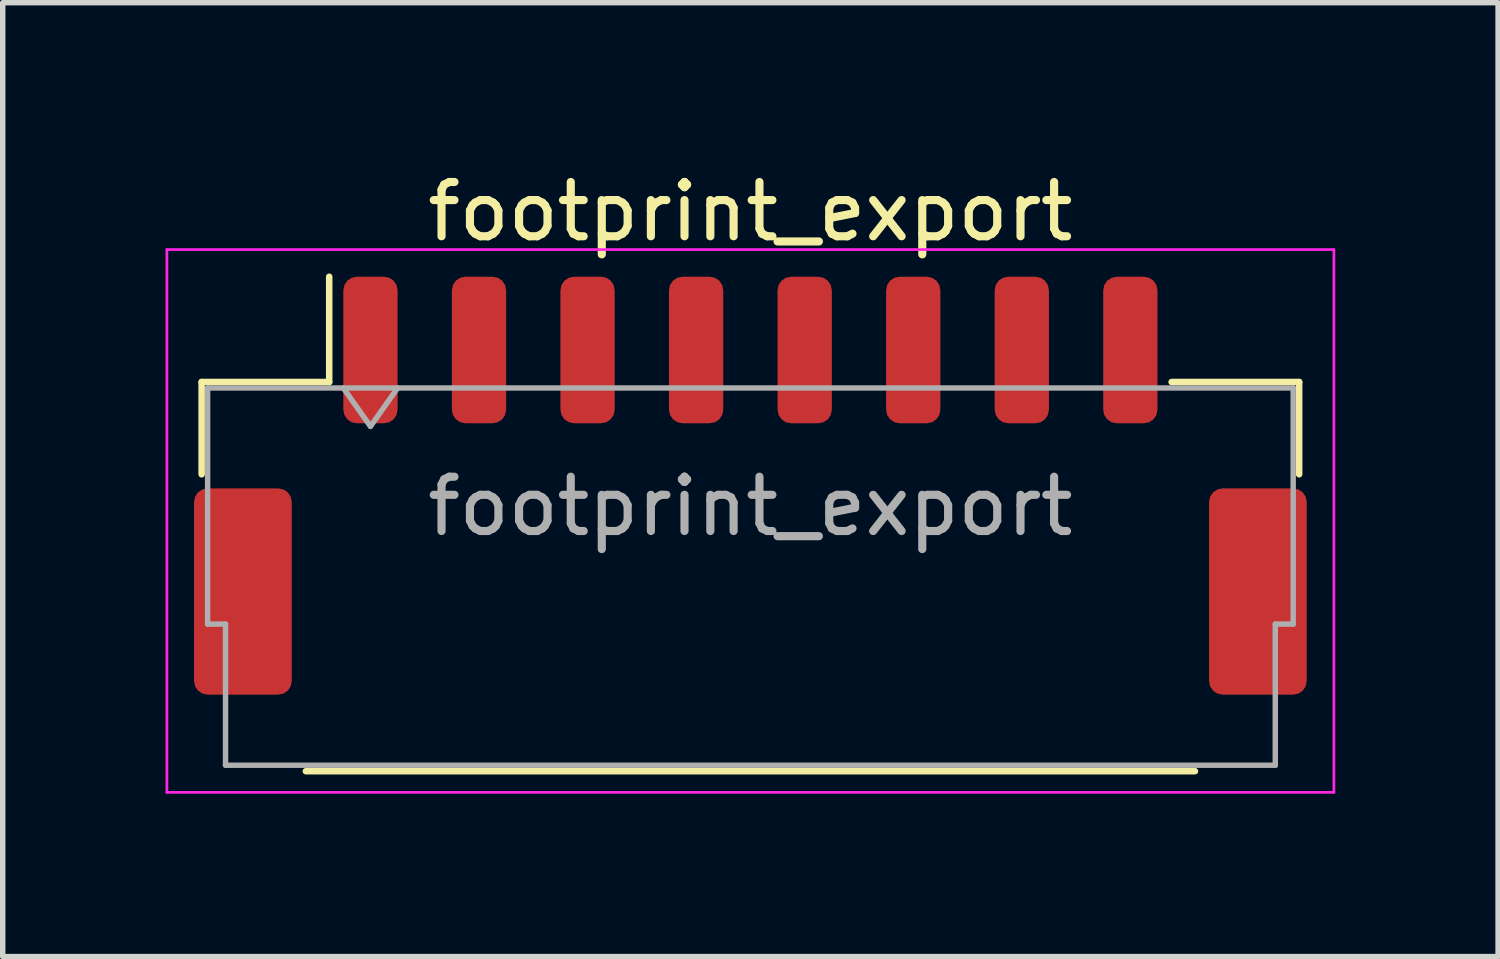
<source format=kicad_pcb>
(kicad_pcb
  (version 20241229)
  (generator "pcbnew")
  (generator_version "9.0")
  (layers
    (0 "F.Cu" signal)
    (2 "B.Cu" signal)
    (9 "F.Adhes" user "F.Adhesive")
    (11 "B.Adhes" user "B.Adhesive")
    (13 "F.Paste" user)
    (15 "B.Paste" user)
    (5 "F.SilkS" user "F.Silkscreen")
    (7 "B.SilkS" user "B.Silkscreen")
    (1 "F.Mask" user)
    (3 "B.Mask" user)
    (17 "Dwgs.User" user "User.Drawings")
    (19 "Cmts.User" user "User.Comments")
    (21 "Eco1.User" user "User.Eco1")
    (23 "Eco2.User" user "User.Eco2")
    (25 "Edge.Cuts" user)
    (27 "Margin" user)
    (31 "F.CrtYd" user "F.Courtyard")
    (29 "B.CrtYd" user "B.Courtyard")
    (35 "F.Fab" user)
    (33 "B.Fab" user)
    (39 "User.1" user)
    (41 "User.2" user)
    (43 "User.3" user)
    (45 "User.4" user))
  (footprint "footprint_export"
    (layer "F.Cu")
    (at 10.775 5.898)
    (property "Reference" "footprint_export" (at 0 -5.05 0) (layer "F.SilkS") (effects (font (size 1 1) (thickness 0.15))))
    (attr smd)
    (fp_line (start -10.11 -1.91) (end -7.76 -1.91) (stroke (width 0.12) (type solid)) (layer "F.SilkS"))
    (fp_line (start -10.11 -0.21) (end -10.11 -1.91) (stroke (width 0.12) (type solid)) (layer "F.SilkS"))
    (fp_line (start -8.19 5.26) (end 8.19 5.26) (stroke (width 0.12) (type solid)) (layer "F.SilkS"))
    (fp_line (start -7.76 -1.91) (end -7.76 -3.85) (stroke (width 0.12) (type solid)) (layer "F.SilkS"))
    (fp_line (start 10.11 -1.91) (end 7.76 -1.91) (stroke (width 0.12) (type solid)) (layer "F.SilkS"))
    (fp_line (start 10.11 -0.21) (end 10.11 -1.91) (stroke (width 0.12) (type solid)) (layer "F.SilkS"))
    (fp_line (start -10.75 -4.35) (end -10.75 5.65) (stroke (width 0.05) (type solid)) (layer "F.CrtYd"))
    (fp_line (start -10.75 5.65) (end 10.75 5.65) (stroke (width 0.05) (type solid)) (layer "F.CrtYd"))
    (fp_line (start 10.75 -4.35) (end -10.75 -4.35) (stroke (width 0.05) (type solid)) (layer "F.CrtYd"))
    (fp_line (start 10.75 5.65) (end 10.75 -4.35) (stroke (width 0.05) (type solid)) (layer "F.CrtYd"))
    (fp_line (start -10 -1.8) (end -10 2.55) (stroke (width 0.1) (type solid)) (layer "F.Fab"))
    (fp_line (start -10 -1.8) (end 10 -1.8) (stroke (width 0.1) (type solid)) (layer "F.Fab"))
    (fp_line (start -10 2.55) (end -9.67 2.55) (stroke (width 0.1) (type solid)) (layer "F.Fab"))
    (fp_line (start -9.67 2.55) (end -9.67 5.15) (stroke (width 0.1) (type solid)) (layer "F.Fab"))
    (fp_line (start -9.67 5.15) (end 9.67 5.15) (stroke (width 0.1) (type solid)) (layer "F.Fab"))
    (fp_line (start -7.5 -1.8) (end -7 -1.093) (stroke (width 0.1) (type solid)) (layer "F.Fab"))
    (fp_line (start -7 -1.093) (end -6.5 -1.8) (stroke (width 0.1) (type solid)) (layer "F.Fab"))
    (fp_line (start 9.67 2.55) (end 10 2.55) (stroke (width 0.1) (type solid)) (layer "F.Fab"))
    (fp_line (start 9.67 5.15) (end 9.67 2.55) (stroke (width 0.1) (type solid)) (layer "F.Fab"))
    (fp_line (start 10 -1.8) (end 10 2.55) (stroke (width 0.1) (type solid)) (layer "F.Fab"))
    (fp_text user "${REFERENCE}" (at 0 0.38 0) (layer "F.Fab") (effects (font (size 1 1) (thickness 0.15))))
    (pad "1" smd roundrect (at -7 -2.5) (size 1 2.7) (layers "F.Cu" "F.Mask" "F.Paste") (roundrect_rratio 0.25))
    (pad "2" smd roundrect (at -5 -2.5) (size 1 2.7) (layers "F.Cu" "F.Mask" "F.Paste") (roundrect_rratio 0.25))
    (pad "3" smd roundrect (at -3 -2.5) (size 1 2.7) (layers "F.Cu" "F.Mask" "F.Paste") (roundrect_rratio 0.25))
    (pad "4" smd roundrect (at -1 -2.5) (size 1 2.7) (layers "F.Cu" "F.Mask" "F.Paste") (roundrect_rratio 0.25))
    (pad "5" smd roundrect (at 1 -2.5) (size 1 2.7) (layers "F.Cu" "F.Mask" "F.Paste") (roundrect_rratio 0.25))
    (pad "6" smd roundrect (at 3 -2.5) (size 1 2.7) (layers "F.Cu" "F.Mask" "F.Paste") (roundrect_rratio 0.25))
    (pad "7" smd roundrect (at 5 -2.5) (size 1 2.7) (layers "F.Cu" "F.Mask" "F.Paste") (roundrect_rratio 0.25))
    (pad "8" smd roundrect (at 7 -2.5) (size 1 2.7) (layers "F.Cu" "F.Mask" "F.Paste") (roundrect_rratio 0.25))
    (pad "MP" smd roundrect (at -9.35 1.95) (size 1.8 3.8) (layers "F.Cu" "F.Mask" "F.Paste") (roundrect_rratio 0.139))
    (pad "MP" smd roundrect (at 9.35 1.95) (size 1.8 3.8) (layers "F.Cu" "F.Mask" "F.Paste") (roundrect_rratio 0.139)))
  (gr_rect
    (start -3 -3)
    (end 24.55 14.573)
    (stroke (width 0.1) (type default))
    (fill no)
    (layer "Edge.Cuts")))
</source>
